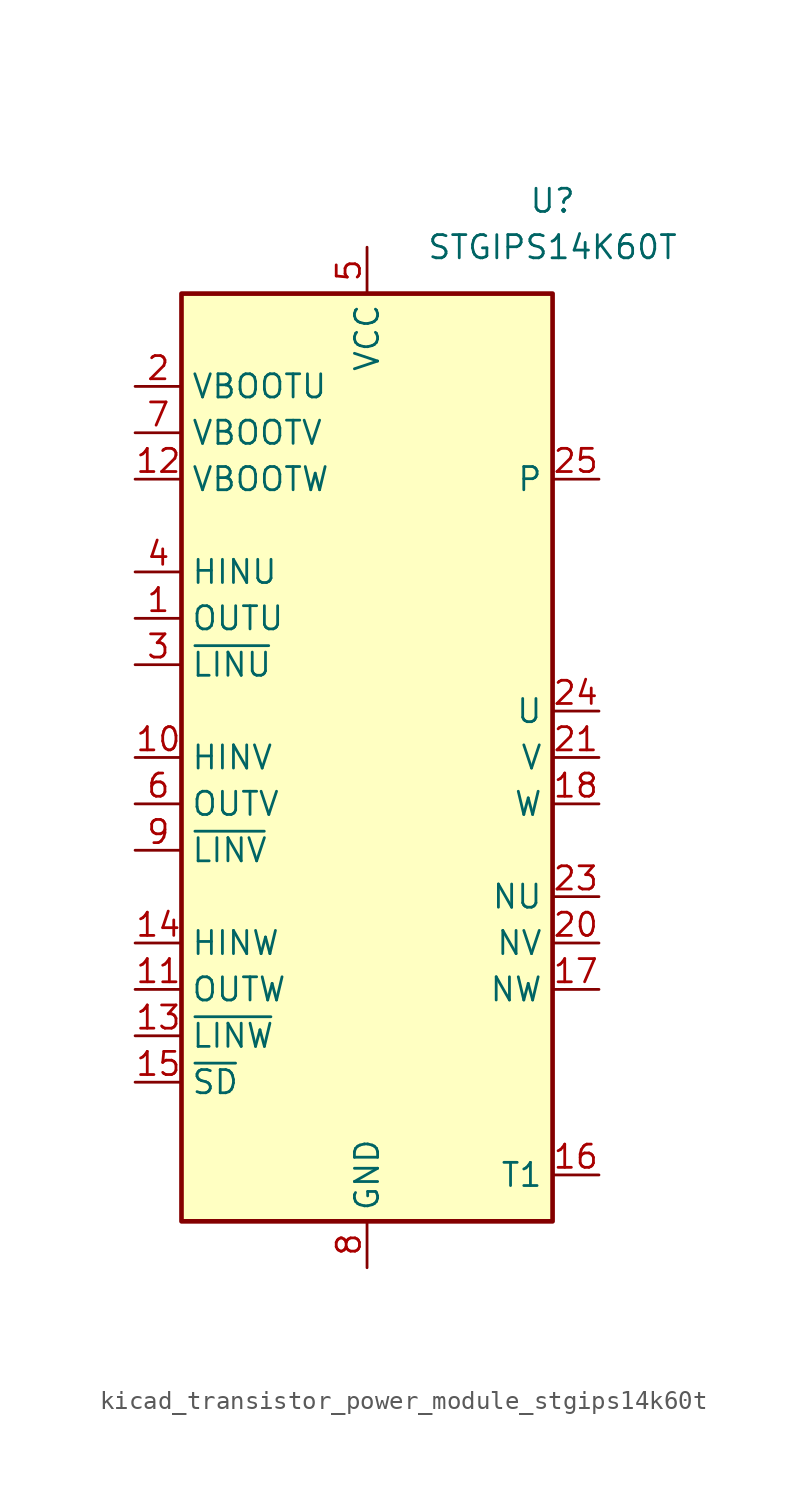
<source format=kicad_sym>
(kicad_symbol_lib
  (version 20220914)
  (generator kicad_symbol_editor)
  (symbol "kicad_transistor_power_module_stgips14k60t"
    (property "Reference" "U"
      (at 10.16 30.48 0)
      (effects (font (size 1.27 1.27))))
    (property "Value" "STGIPS14K60T"
      (at 10.16 27.94 0)
      (effects (font (size 1.27 1.27))))
    (symbol "kicad_transistor_power_module_stgips14k60t_0_1"
      (rectangle (start -10.16 25.4) (end 10.16 -25.4) (stroke (width 0.254) (type default)) (fill (type background))))
    (symbol "kicad_transistor_power_module_stgips14k60t_1_1"
      (pin output line (at -12.7 7.62 0) (length 2.54) (name "OUTU" (effects (font (size 1.27 1.27)))) (number "1" (effects (font (size 1.27 1.27)))))
      (pin input line (at -12.7 0 0) (length 2.54) (name "HINV" (effects (font (size 1.27 1.27)))) (number "10" (effects (font (size 1.27 1.27)))))
      (pin output line (at -12.7 -12.7 0) (length 2.54) (name "OUTW" (effects (font (size 1.27 1.27)))) (number "11" (effects (font (size 1.27 1.27)))))
      (pin passive line (at -12.7 15.24 0) (length 2.54) (name "VBOOTW" (effects (font (size 1.27 1.27)))) (number "12" (effects (font (size 1.27 1.27)))))
      (pin input line (at -12.7 -15.24 0) (length 2.54) (name "~{LINW}" (effects (font (size 1.27 1.27)))) (number "13" (effects (font (size 1.27 1.27)))))
      (pin input line (at -12.7 -10.16 0) (length 2.54) (name "HINW" (effects (font (size 1.27 1.27)))) (number "14" (effects (font (size 1.27 1.27)))))
      (pin input line (at -12.7 -17.78 0) (length 2.54) (name "~{SD}" (effects (font (size 1.27 1.27)))) (number "15" (effects (font (size 1.27 1.27)))))
      (pin passive line (at 12.7 -22.86 180) (length 2.54) (name "T1" (effects (font (size 1.27 1.27)))) (number "16" (effects (font (size 1.27 1.27)))))
      (pin passive line (at 12.7 -12.7 180) (length 2.54) (name "NW" (effects (font (size 1.27 1.27)))) (number "17" (effects (font (size 1.27 1.27)))))
      (pin passive line (at 12.7 -2.54 180) (length 2.54) (name "W" (effects (font (size 1.27 1.27)))) (number "18" (effects (font (size 1.27 1.27)))))
      (pin passive line (at 12.7 15.24 180) (length 2.54) hide (name "P" (effects (font (size 1.27 1.27)))) (number "19" (effects (font (size 1.27 1.27)))))
      (pin passive line (at -12.7 20.32 0) (length 2.54) (name "VBOOTU" (effects (font (size 1.27 1.27)))) (number "2" (effects (font (size 1.27 1.27)))))
      (pin passive line (at 12.7 -10.16 180) (length 2.54) (name "NV" (effects (font (size 1.27 1.27)))) (number "20" (effects (font (size 1.27 1.27)))))
      (pin passive line (at 12.7 0 180) (length 2.54) (name "V" (effects (font (size 1.27 1.27)))) (number "21" (effects (font (size 1.27 1.27)))))
      (pin passive line (at 12.7 15.24 180) (length 2.54) hide (name "P" (effects (font (size 1.27 1.27)))) (number "22" (effects (font (size 1.27 1.27)))))
      (pin passive line (at 12.7 -7.62 180) (length 2.54) (name "NU" (effects (font (size 1.27 1.27)))) (number "23" (effects (font (size 1.27 1.27)))))
      (pin passive line (at 12.7 2.54 180) (length 2.54) (name "U" (effects (font (size 1.27 1.27)))) (number "24" (effects (font (size 1.27 1.27)))))
      (pin passive line (at 12.7 15.24 180) (length 2.54) (name "P" (effects (font (size 1.27 1.27)))) (number "25" (effects (font (size 1.27 1.27)))))
      (pin input line (at -12.7 5.08 0) (length 2.54) (name "~{LINU}" (effects (font (size 1.27 1.27)))) (number "3" (effects (font (size 1.27 1.27)))))
      (pin input line (at -12.7 10.16 0) (length 2.54) (name "HINU" (effects (font (size 1.27 1.27)))) (number "4" (effects (font (size 1.27 1.27)))))
      (pin power_in line (at 0 27.94 270) (length 2.54) (name "VCC" (effects (font (size 1.27 1.27)))) (number "5" (effects (font (size 1.27 1.27)))))
      (pin output line (at -12.7 -2.54 0) (length 2.54) (name "OUTV" (effects (font (size 1.27 1.27)))) (number "6" (effects (font (size 1.27 1.27)))))
      (pin passive line (at -12.7 17.78 0) (length 2.54) (name "VBOOTV" (effects (font (size 1.27 1.27)))) (number "7" (effects (font (size 1.27 1.27)))))
      (pin power_in line (at 0 -27.94 90) (length 2.54) (name "GND" (effects (font (size 1.27 1.27)))) (number "8" (effects (font (size 1.27 1.27)))))
      (pin input line (at -12.7 -5.08 0) (length 2.54) (name "~{LINV}" (effects (font (size 1.27 1.27)))) (number "9" (effects (font (size 1.27 1.27))))))))
</source>
